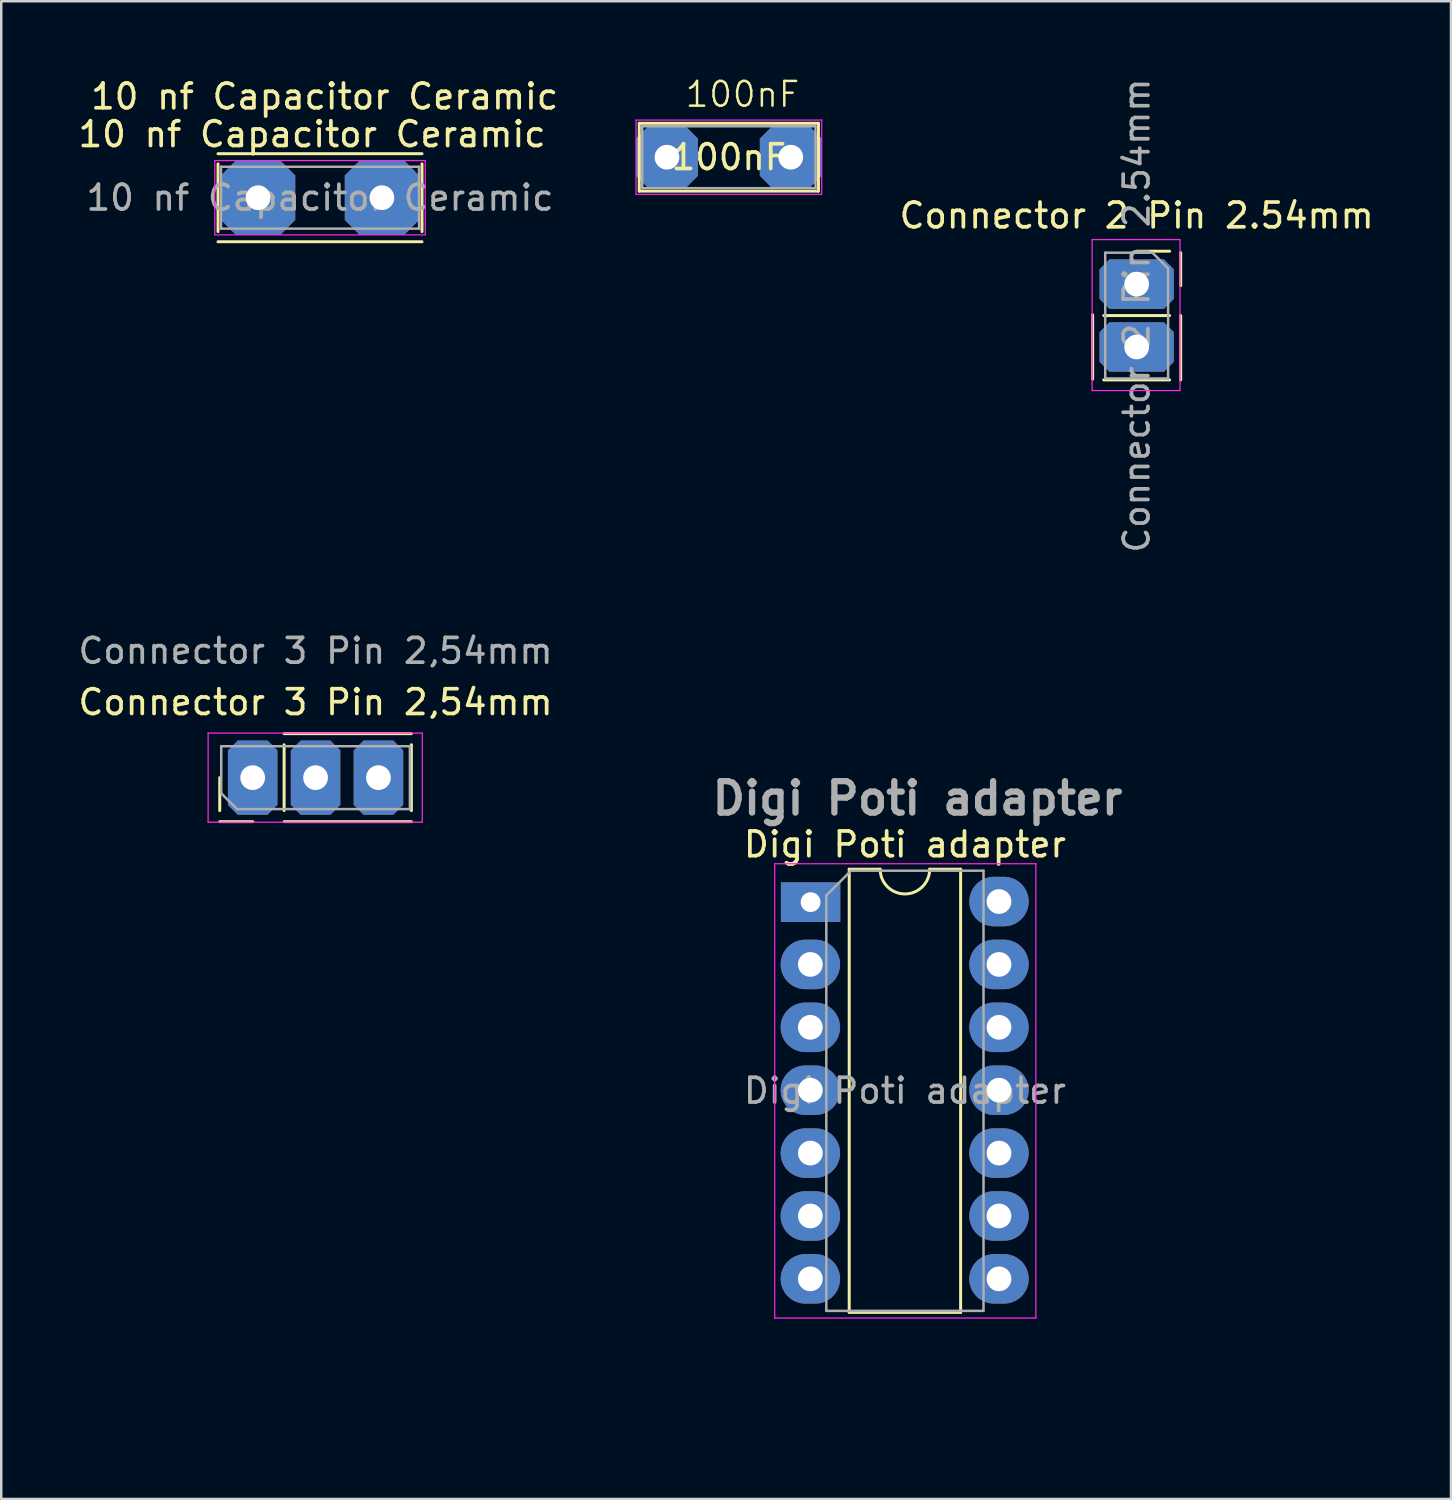
<source format=kicad_pcb>
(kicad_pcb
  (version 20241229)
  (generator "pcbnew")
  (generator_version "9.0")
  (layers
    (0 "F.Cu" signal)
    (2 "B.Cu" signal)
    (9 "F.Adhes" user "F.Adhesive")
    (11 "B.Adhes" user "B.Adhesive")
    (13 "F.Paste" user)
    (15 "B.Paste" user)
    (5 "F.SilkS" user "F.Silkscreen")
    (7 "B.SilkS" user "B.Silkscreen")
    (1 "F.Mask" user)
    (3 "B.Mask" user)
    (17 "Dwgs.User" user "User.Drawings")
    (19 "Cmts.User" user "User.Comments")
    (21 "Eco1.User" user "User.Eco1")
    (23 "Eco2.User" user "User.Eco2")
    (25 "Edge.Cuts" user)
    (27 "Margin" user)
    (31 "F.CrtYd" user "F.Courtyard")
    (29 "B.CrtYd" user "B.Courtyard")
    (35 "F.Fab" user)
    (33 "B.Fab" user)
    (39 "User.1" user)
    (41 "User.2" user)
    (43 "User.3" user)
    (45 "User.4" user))
  (footprint "100nF"
    (layer "F.Cu")
    (at 23.89 3.3)
    (property "Reference" "100nF" (at 3.048 -2.54 0) (unlocked yes) (layer "F.SilkS") (effects (font (size 1 1) (thickness 0.1))))
    (attr through_hole)
    (fp_line (start -1.12 -1.37) (end -1.12 1.37) (stroke (width 0.12) (type solid)) (layer "F.SilkS"))
    (fp_line (start -1.12 -1.37) (end 6.12 -1.37) (stroke (width 0.12) (type solid)) (layer "F.SilkS"))
    (fp_line (start -1.12 1.37) (end 6.12 1.37) (stroke (width 0.12) (type solid)) (layer "F.SilkS"))
    (fp_line (start 6.12 -1.37) (end 6.12 1.37) (stroke (width 0.12) (type solid)) (layer "F.SilkS"))
    (fp_line (start -1.25 -1.5) (end -1.25 1.5) (stroke (width 0.05) (type solid)) (layer "F.CrtYd"))
    (fp_line (start -1.25 1.5) (end 6.25 1.5) (stroke (width 0.05) (type solid)) (layer "F.CrtYd"))
    (fp_line (start 6.25 -1.5) (end -1.25 -1.5) (stroke (width 0.05) (type solid)) (layer "F.CrtYd"))
    (fp_line (start 6.25 1.5) (end 6.25 -1.5) (stroke (width 0.05) (type solid)) (layer "F.CrtYd"))
    (fp_line (start -1 -1.25) (end -1 1.25) (stroke (width 0.1) (type solid)) (layer "F.Fab"))
    (fp_line (start -1 1.25) (end 6 1.25) (stroke (width 0.1) (type solid)) (layer "F.Fab"))
    (fp_line (start 6 -1.25) (end -1 -1.25) (stroke (width 0.1) (type solid)) (layer "F.Fab"))
    (fp_line (start 6 1.25) (end 6 -1.25) (stroke (width 0.1) (type solid)) (layer "F.Fab"))
    (fp_text user "${REFERENCE}" (at 2.5 0 0) (layer "F.SilkS") (effects (font (size 1 1) (thickness 0.15))))
    (pad "1" thru_hole roundrect (at 0 0) (size 2.5 2.5) (drill 1) (layers "*.Cu" "*.Mask") (roundrect_rratio 0) (chamfer_ratio 0.2) (chamfer top_left top_right bottom_left bottom_right))
    (pad "2" thru_hole roundrect (at 5 0) (size 2.5 2.5) (drill 1) (layers "*.Cu" "*.Mask") (roundrect_rratio 0) (chamfer_ratio 0.2) (chamfer top_left top_right bottom_left bottom_right)))
  (footprint "Connector 2 Pin 2.54mm"
    (layer "F.Cu")
    (at 42.862 8.426)
    (property "Reference" "Connector 2 Pin 2.54mm" (at 0 -2.77 180) (layer "F.SilkS") (effects (font (size 1 1) (thickness 0.15))))
    (attr through_hole)
    (fp_line (start -1.778 1.24) (end -1.778 3.84) (stroke (width 0.12) (type solid)) (layer "F.SilkS"))
    (fp_line (start -1.33 1.27) (end 1.33 1.27) (stroke (width 0.12) (type solid)) (layer "F.SilkS"))
    (fp_line (start -1.33 3.87) (end 1.33 3.87) (stroke (width 0.12) (type solid)) (layer "F.SilkS"))
    (fp_line (start 0 -1.33) (end 1.33 -1.33) (stroke (width 0.12) (type solid)) (layer "F.SilkS"))
    (fp_line (start 1.778 -1.27) (end 1.778 0.06) (stroke (width 0.12) (type solid)) (layer "F.SilkS"))
    (fp_line (start 1.778 1.27) (end 1.778 3.87) (stroke (width 0.12) (type solid)) (layer "F.SilkS"))
    (fp_line (start -1.8 -1.8) (end 1.75 -1.8) (stroke (width 0.05) (type solid)) (layer "F.CrtYd"))
    (fp_line (start -1.8 4.3) (end -1.8 -1.8) (stroke (width 0.05) (type solid)) (layer "F.CrtYd"))
    (fp_line (start 1.75 -1.8) (end 1.75 4.3) (stroke (width 0.05) (type solid)) (layer "F.CrtYd"))
    (fp_line (start 1.75 4.3) (end -1.8 4.3) (stroke (width 0.05) (type solid)) (layer "F.CrtYd"))
    (fp_line (start -1.27 -1.27) (end 0.635 -1.27) (stroke (width 0.1) (type solid)) (layer "F.Fab"))
    (fp_line (start -1.27 3.81) (end -1.27 -1.27) (stroke (width 0.1) (type solid)) (layer "F.Fab"))
    (fp_line (start 0.635 -1.27) (end 1.27 -0.635) (stroke (width 0.1) (type solid)) (layer "F.Fab"))
    (fp_line (start 1.27 -0.635) (end 1.27 3.81) (stroke (width 0.1) (type solid)) (layer "F.Fab"))
    (fp_line (start 1.27 3.81) (end -1.27 3.81) (stroke (width 0.1) (type solid)) (layer "F.Fab"))
    (fp_text user "${REFERENCE}" (at 0 1.27 270) (layer "F.Fab") (effects (font (size 1 1) (thickness 0.15))))
    (pad "1" thru_hole roundrect (at 0 0) (size 3 2) (drill 1) (layers "*.Cu" "*.Mask") (roundrect_rratio 0) (chamfer_ratio 0.2) (chamfer top_left top_right bottom_left bottom_right))
    (pad "2" thru_hole roundrect (at 0 2.54) (size 3 2) (drill 1) (layers "*.Cu" "*.Mask") (roundrect_rratio 0) (chamfer_ratio 0.2) (chamfer top_left top_right bottom_left bottom_right)))
  (footprint "10 nf Capacitor Ceramic"
    (layer "F.Cu")
    (at 7.376 4.936)
    (property "Reference" "10 nf Capacitor Ceramic" (at 2.686 -4.088 0) (unlocked yes) (layer "F.SilkS") (effects (font (size 1 1) (thickness 0.15))))
    (attr through_hole)
    (fp_line (start -1.62 -1.778) (end 6.62 -1.778) (stroke (width 0.12) (type solid)) (layer "F.SilkS"))
    (fp_line (start -1.62 -1.37) (end -1.62 1.37) (stroke (width 0.12) (type solid)) (layer "F.SilkS"))
    (fp_line (start -1.62 1.778) (end 6.62 1.778) (stroke (width 0.12) (type solid)) (layer "F.SilkS"))
    (fp_line (start 6.62 -1.37) (end 6.62 1.37) (stroke (width 0.12) (type solid)) (layer "F.SilkS"))
    (fp_line (start -1.75 -1.5) (end -1.75 1.5) (stroke (width 0.05) (type solid)) (layer "F.CrtYd"))
    (fp_line (start -1.75 1.5) (end 6.75 1.5) (stroke (width 0.05) (type solid)) (layer "F.CrtYd"))
    (fp_line (start 6.75 -1.5) (end -1.75 -1.5) (stroke (width 0.05) (type solid)) (layer "F.CrtYd"))
    (fp_line (start 6.75 1.5) (end 6.75 -1.5) (stroke (width 0.05) (type solid)) (layer "F.CrtYd"))
    (fp_line (start -1.5 -1.25) (end -1.5 1.25) (stroke (width 0.1) (type solid)) (layer "F.Fab"))
    (fp_line (start -1.5 1.25) (end 6.5 1.25) (stroke (width 0.1) (type solid)) (layer "F.Fab"))
    (fp_line (start 6.5 -1.25) (end -1.5 -1.25) (stroke (width 0.1) (type solid)) (layer "F.Fab"))
    (fp_line (start 6.5 1.25) (end 6.5 -1.25) (stroke (width 0.1) (type solid)) (layer "F.Fab"))
    (fp_text user "${REFERENCE}" (at 2.178 -2.564 0) (unlocked yes) (layer "F.SilkS") (effects (font (size 1 1) (thickness 0.15))))
    (fp_text user "${REFERENCE}" (at 2.5 0 0) (layer "F.Fab") (effects (font (size 1 1) (thickness 0.15))))
    (pad "1" thru_hole roundrect (at 0 0) (size 3 3) (drill 1) (layers "*.Cu" "*.Mask") (roundrect_rratio 0) (chamfer_ratio 0.2) (chamfer top_left top_right bottom_left bottom_right))
    (pad "2" thru_hole roundrect (at 5 0) (size 3 3) (drill 1) (layers "*.Cu" "*.Mask") (roundrect_rratio 0) (chamfer_ratio 0.2) (chamfer top_left top_right bottom_left bottom_right)))
  (footprint "Digi Poti adapter"
    (layer "F.Cu")
    (at 29.691 33.388)
    (property "Reference" "Digi Poti adapter" (at 3.81 -2.33 0) (layer "F.SilkS") (effects (font (size 1 1) (thickness 0.15))))
    (attr through_hole)
    (fp_line (start 1.56 -1.33) (end 1.56 16.57) (stroke (width 0.12) (type solid)) (layer "F.SilkS"))
    (fp_line (start 1.56 16.57) (end 6.06 16.57) (stroke (width 0.12) (type solid)) (layer "F.SilkS"))
    (fp_line (start 2.81 -1.33) (end 1.56 -1.33) (stroke (width 0.12) (type solid)) (layer "F.SilkS"))
    (fp_line (start 6.06 -1.33) (end 4.81 -1.33) (stroke (width 0.12) (type solid)) (layer "F.SilkS"))
    (fp_line (start 6.06 16.57) (end 6.06 -1.33) (stroke (width 0.12) (type solid)) (layer "F.SilkS"))
    (fp_arc (start 4.81 -1.33) (mid 3.81 -0.33) (end 2.81 -1.33) (stroke (width 0.12) (type solid)) (layer "F.SilkS"))
    (fp_line (start -1.45 -1.55) (end -1.45 16.8) (stroke (width 0.05) (type solid)) (layer "F.CrtYd"))
    (fp_line (start -1.45 16.8) (end 9.1 16.8) (stroke (width 0.05) (type solid)) (layer "F.CrtYd"))
    (fp_line (start 9.1 -1.55) (end -1.45 -1.55) (stroke (width 0.05) (type solid)) (layer "F.CrtYd"))
    (fp_line (start 9.1 16.8) (end 9.1 -1.55) (stroke (width 0.05) (type solid)) (layer "F.CrtYd"))
    (fp_line (start 0.635 -0.27) (end 1.635 -1.27) (stroke (width 0.1) (type solid)) (layer "F.Fab"))
    (fp_line (start 0.635 16.51) (end 0.635 -0.27) (stroke (width 0.1) (type solid)) (layer "F.Fab"))
    (fp_line (start 1.635 -1.27) (end 6.985 -1.27) (stroke (width 0.1) (type solid)) (layer "F.Fab"))
    (fp_line (start 6.985 -1.27) (end 6.985 16.51) (stroke (width 0.1) (type solid)) (layer "F.Fab"))
    (fp_line (start 6.985 16.51) (end 0.635 16.51) (stroke (width 0.1) (type solid)) (layer "F.Fab"))
    (fp_rect (start -7.249 -10.945) (end 13.706 21.059) (stroke (width 0.1) (type default)) (fill no) (layer "User.2"))
    (fp_text user "${REFERENCE}" (at 4.318 -4.191 0) (layer "F.Fab") (effects (font (size 1.27 1.27) (thickness 0.254))))
    (fp_text user "${REFERENCE}" (at 3.81 7.62 0) (layer "F.Fab") (effects (font (size 1 1) (thickness 0.15))))
    (pad "1" thru_hole rect (at 0 0) (size 2.4 1.6) (drill 0.8) (layers "*.Cu" "*.Mask"))
    (pad "2" thru_hole oval (at -0.01 2.517) (size 2.4 2) (drill 1) (layers "*.Cu" "*.Mask"))
    (pad "3" thru_hole oval (at -0.01 5.057) (size 2.4 2) (drill 1) (layers "*.Cu" "*.Mask"))
    (pad "4" thru_hole oval (at -0.01 7.597) (size 2.4 2) (drill 1) (layers "*.Cu" "*.Mask"))
    (pad "5" thru_hole oval (at -0.01 10.137) (size 2.4 2) (drill 1) (layers "*.Cu" "*.Mask"))
    (pad "6" thru_hole oval (at -0.01 12.677) (size 2.4 2) (drill 1) (layers "*.Cu" "*.Mask"))
    (pad "7" thru_hole oval (at -0.01 15.217) (size 2.4 2) (drill 1) (layers "*.Cu" "*.Mask"))
    (pad "8" thru_hole oval (at 7.61 15.217) (size 2.4 2) (drill 1) (layers "*.Cu" "*.Mask"))
    (pad "9" thru_hole oval (at 7.61 12.677) (size 2.4 2) (drill 1) (layers "*.Cu" "*.Mask"))
    (pad "10" thru_hole oval (at 7.61 10.137) (size 2.4 2) (drill 1) (layers "*.Cu" "*.Mask"))
    (pad "11" thru_hole oval (at 7.61 7.597) (size 2.4 2) (drill 1) (layers "*.Cu" "*.Mask"))
    (pad "12" thru_hole oval (at 7.61 5.057) (size 2.4 2) (drill 1) (layers "*.Cu" "*.Mask"))
    (pad "13" thru_hole oval (at 7.61 2.517) (size 2.4 2) (drill 1) (layers "*.Cu" "*.Mask"))
    (pad "14" thru_hole oval (at 7.61 -0.023) (size 2.4 2) (drill 1) (layers "*.Cu" "*.Mask")))
  (footprint "Connector 3 Pin 2,54mm"
    (layer "F.Cu")
    (at 9.696 28.361)
    (property "Reference" "Connector 3 Pin 2,54mm" (at 0 -3.048 0) (unlocked yes) (layer "F.SilkS") (effects (font (size 1 1) (thickness 0.15))))
    (attr through_hole)
    (fp_line (start -3.87 1.33) (end -3.87 0) (stroke (width 0.12) (type solid)) (layer "F.SilkS"))
    (fp_line (start -2.54 1.778) (end -3.87 1.778) (stroke (width 0.12) (type solid)) (layer "F.SilkS"))
    (fp_line (start -1.27 -1.778) (end 3.87 -1.778) (stroke (width 0.12) (type solid)) (layer "F.SilkS"))
    (fp_line (start -1.27 1.33) (end -1.27 -1.33) (stroke (width 0.12) (type solid)) (layer "F.SilkS"))
    (fp_line (start -1.27 1.778) (end 3.87 1.778) (stroke (width 0.12) (type solid)) (layer "F.SilkS"))
    (fp_line (start 3.87 1.33) (end 3.87 -1.33) (stroke (width 0.12) (type solid)) (layer "F.SilkS"))
    (fp_line (start -4.34 -1.8) (end -4.34 1.8) (stroke (width 0.05) (type solid)) (layer "F.CrtYd"))
    (fp_line (start -4.34 1.8) (end 4.31 1.8) (stroke (width 0.05) (type solid)) (layer "F.CrtYd"))
    (fp_line (start 4.31 -1.8) (end -4.34 -1.8) (stroke (width 0.05) (type solid)) (layer "F.CrtYd"))
    (fp_line (start 4.31 1.8) (end 4.31 -1.8) (stroke (width 0.05) (type solid)) (layer "F.CrtYd"))
    (fp_line (start -3.81 -1.27) (end 3.81 -1.27) (stroke (width 0.1) (type solid)) (layer "F.Fab"))
    (fp_line (start -3.81 0.635) (end -3.81 -1.27) (stroke (width 0.1) (type solid)) (layer "F.Fab"))
    (fp_line (start -3.175 1.27) (end -3.81 0.635) (stroke (width 0.1) (type solid)) (layer "F.Fab"))
    (fp_line (start 3.81 -1.27) (end 3.81 1.27) (stroke (width 0.1) (type solid)) (layer "F.Fab"))
    (fp_line (start 3.81 1.27) (end -3.175 1.27) (stroke (width 0.1) (type solid)) (layer "F.Fab"))
    (fp_text user "${REFERENCE}" (at 0 -5.12 0) (unlocked yes) (layer "F.Fab") (effects (font (size 1 1) (thickness 0.15))))
    (pad "1" thru_hole roundrect (at -2.54 0 90) (size 3 2) (drill 1) (layers "*.Cu" "*.Mask") (roundrect_rratio 0) (chamfer_ratio 0.2) (chamfer top_left top_right bottom_left bottom_right))
    (pad "2" thru_hole roundrect (at 0 0 90) (size 3 2) (drill 1) (layers "*.Cu" "*.Mask") (roundrect_rratio 0) (chamfer_ratio 0.2) (chamfer top_left top_right bottom_left bottom_right))
    (pad "3" thru_hole roundrect (at 2.54 0 90) (size 3 2) (drill 1) (layers "*.Cu" "*.Mask") (roundrect_rratio 0) (chamfer_ratio 0.2) (chamfer top_left top_right bottom_left bottom_right)))
  (gr_rect
    (start -3 -3)
    (end 55.558 57.497)
    (stroke (width 0.1) (type default))
    (fill no)
    (layer "Edge.Cuts")))
</source>
